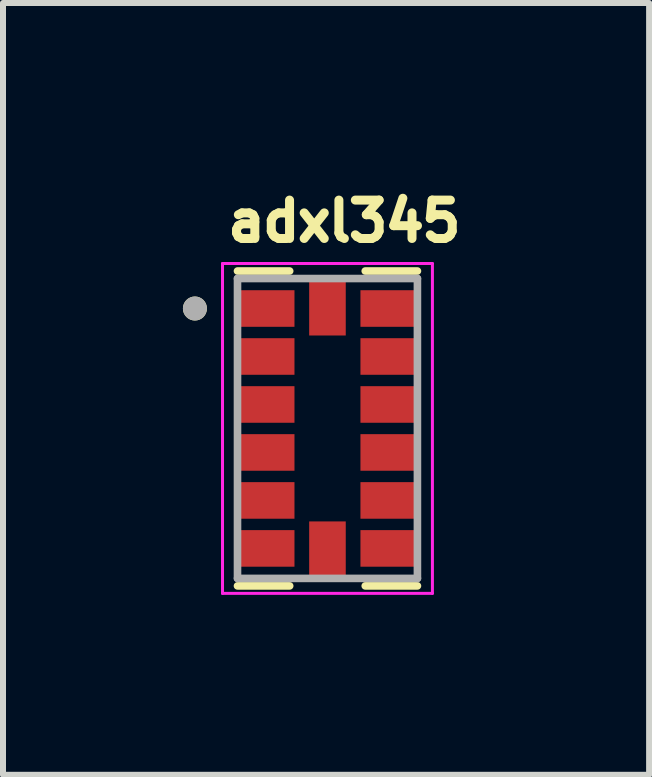
<source format=kicad_pcb>
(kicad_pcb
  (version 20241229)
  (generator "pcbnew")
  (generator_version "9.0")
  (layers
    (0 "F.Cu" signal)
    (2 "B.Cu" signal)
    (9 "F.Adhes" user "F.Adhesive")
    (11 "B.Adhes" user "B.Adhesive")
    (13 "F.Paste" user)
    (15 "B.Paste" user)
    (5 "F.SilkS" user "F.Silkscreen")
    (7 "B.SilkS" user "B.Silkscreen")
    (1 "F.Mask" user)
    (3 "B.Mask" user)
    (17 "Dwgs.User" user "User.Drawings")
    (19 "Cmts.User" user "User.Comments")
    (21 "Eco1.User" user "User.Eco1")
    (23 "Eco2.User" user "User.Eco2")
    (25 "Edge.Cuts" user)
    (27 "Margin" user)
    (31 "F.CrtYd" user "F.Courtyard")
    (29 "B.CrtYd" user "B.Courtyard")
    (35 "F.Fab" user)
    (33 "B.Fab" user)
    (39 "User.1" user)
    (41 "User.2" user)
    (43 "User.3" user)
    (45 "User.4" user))
  (footprint "adxl345"
    (layer "F.Cu")
    (at 2.41 4.094)
    (property "Reference" "adxl345" (at 0.282 -3.456 0) (layer "F.SilkS") (effects (font (size 0.64 0.64) (thickness 0.15))))
    (attr smd)
    (fp_poly (pts (xy -1.52 -2.355) (xy -0.5 -2.355) (xy -0.5 -1.645) (xy -1.52 -1.645)) (stroke (width 0.01) (type solid)) (fill yes) (layer "F.Mask"))
    (fp_poly (pts (xy -1.52 -1.555) (xy -0.5 -1.555) (xy -0.5 -0.845) (xy -1.52 -0.845)) (stroke (width 0.01) (type solid)) (fill yes) (layer "F.Mask"))
    (fp_poly (pts (xy -1.52 -0.755) (xy -0.5 -0.755) (xy -0.5 -0.045) (xy -1.52 -0.045)) (stroke (width 0.01) (type solid)) (fill yes) (layer "F.Mask"))
    (fp_poly (pts (xy -1.52 0.045) (xy -0.5 0.045) (xy -0.5 0.755) (xy -1.52 0.755)) (stroke (width 0.01) (type solid)) (fill yes) (layer "F.Mask"))
    (fp_poly (pts (xy -1.52 0.845) (xy -0.5 0.845) (xy -0.5 1.555) (xy -1.52 1.555)) (stroke (width 0.01) (type solid)) (fill yes) (layer "F.Mask"))
    (fp_poly (pts (xy -1.52 1.645) (xy -0.5 1.645) (xy -0.5 2.355) (xy -1.52 2.355)) (stroke (width 0.01) (type solid)) (fill yes) (layer "F.Mask"))
    (fp_poly (pts (xy -0.355 -2.52) (xy 0.355 -2.52) (xy 0.355 -1.5) (xy -0.355 -1.5)) (stroke (width 0.01) (type solid)) (fill yes) (layer "F.Mask"))
    (fp_poly (pts (xy -0.355 1.5) (xy 0.355 1.5) (xy 0.355 2.52) (xy -0.355 2.52)) (stroke (width 0.01) (type solid)) (fill yes) (layer "F.Mask"))
    (fp_poly (pts (xy 0.5 -2.355) (xy 1.52 -2.355) (xy 1.52 -1.645) (xy 0.5 -1.645)) (stroke (width 0.01) (type solid)) (fill yes) (layer "F.Mask"))
    (fp_poly (pts (xy 0.5 -1.555) (xy 1.52 -1.555) (xy 1.52 -0.845) (xy 0.5 -0.845)) (stroke (width 0.01) (type solid)) (fill yes) (layer "F.Mask"))
    (fp_poly (pts (xy 0.5 -0.755) (xy 1.52 -0.755) (xy 1.52 -0.045) (xy 0.5 -0.045)) (stroke (width 0.01) (type solid)) (fill yes) (layer "F.Mask"))
    (fp_poly (pts (xy 0.5 0.045) (xy 1.52 0.045) (xy 1.52 0.755) (xy 0.5 0.755)) (stroke (width 0.01) (type solid)) (fill yes) (layer "F.Mask"))
    (fp_poly (pts (xy 0.5 0.845) (xy 1.52 0.845) (xy 1.52 1.555) (xy 0.5 1.555)) (stroke (width 0.01) (type solid)) (fill yes) (layer "F.Mask"))
    (fp_poly (pts (xy 0.5 1.645) (xy 1.52 1.645) (xy 1.52 2.355) (xy 0.5 2.355)) (stroke (width 0.01) (type solid)) (fill yes) (layer "F.Mask"))
    (fp_line (start -1.5 -2.625) (end -0.63 -2.625) (stroke (width 0.127) (type solid)) (layer "F.SilkS"))
    (fp_line (start -1.5 2.625) (end -0.63 2.625) (stroke (width 0.127) (type solid)) (layer "F.SilkS"))
    (fp_line (start 1.5 -2.625) (end 0.63 -2.625) (stroke (width 0.127) (type solid)) (layer "F.SilkS"))
    (fp_line (start 1.5 2.625) (end 0.63 2.625) (stroke (width 0.127) (type solid)) (layer "F.SilkS"))
    (fp_circle (center -2.21 -2) (end -2.11 -2) (stroke (width 0.2) (type solid)) (fill no) (layer "F.SilkS"))
    (fp_line (start -1.75 -2.75) (end -1.75 2.75) (stroke (width 0.05) (type solid)) (layer "F.CrtYd"))
    (fp_line (start -1.75 2.75) (end 1.75 2.75) (stroke (width 0.05) (type solid)) (layer "F.CrtYd"))
    (fp_line (start 1.75 -2.75) (end -1.75 -2.75) (stroke (width 0.05) (type solid)) (layer "F.CrtYd"))
    (fp_line (start 1.75 2.75) (end 1.75 -2.75) (stroke (width 0.05) (type solid)) (layer "F.CrtYd"))
    (fp_line (start -1.5 -2.5) (end 1.5 -2.5) (stroke (width 0.127) (type solid)) (layer "F.Fab"))
    (fp_line (start -1.5 2.5) (end -1.5 -2.5) (stroke (width 0.127) (type solid)) (layer "F.Fab"))
    (fp_line (start 1.5 -2.5) (end 1.5 2.5) (stroke (width 0.127) (type solid)) (layer "F.Fab"))
    (fp_line (start 1.5 2.5) (end -1.5 2.5) (stroke (width 0.127) (type solid)) (layer "F.Fab"))
    (fp_circle (center -2.21 -2) (end -2.11 -2) (stroke (width 0.2) (type solid)) (fill no) (layer "F.Fab"))
    (pad "1" smd rect (at -1.01 -2) (size 0.92 0.61) (layers "F.Cu" "F.Paste"))
    (pad "2" smd rect (at -1.01 -1.2) (size 0.92 0.61) (layers "F.Cu" "F.Paste"))
    (pad "3" smd rect (at -1.01 -0.4) (size 0.92 0.61) (layers "F.Cu" "F.Paste"))
    (pad "4" smd rect (at -1.01 0.4) (size 0.92 0.61) (layers "F.Cu" "F.Paste"))
    (pad "5" smd rect (at -1.01 1.2) (size 0.92 0.61) (layers "F.Cu" "F.Paste"))
    (pad "6" smd rect (at -1.01 2) (size 0.92 0.61) (layers "F.Cu" "F.Paste"))
    (pad "7" smd rect (at 0 2.01) (size 0.61 0.92) (layers "F.Cu" "F.Paste"))
    (pad "8" smd rect (at 1.01 2) (size 0.92 0.61) (layers "F.Cu" "F.Paste"))
    (pad "9" smd rect (at 1.01 1.2) (size 0.92 0.61) (layers "F.Cu" "F.Paste"))
    (pad "10" smd rect (at 1.01 0.4) (size 0.92 0.61) (layers "F.Cu" "F.Paste"))
    (pad "11" smd rect (at 1.01 -0.4) (size 0.92 0.61) (layers "F.Cu" "F.Paste"))
    (pad "12" smd rect (at 1.01 -1.2) (size 0.92 0.61) (layers "F.Cu" "F.Paste"))
    (pad "13" smd rect (at 1.01 -2) (size 0.92 0.61) (layers "F.Cu" "F.Paste"))
    (pad "14" smd rect (at 0 -2.01) (size 0.61 0.92) (layers "F.Cu" "F.Paste")))
  (gr_rect
    (start -3 -3)
    (end 7.773 9.869)
    (stroke (width 0.1) (type default))
    (fill no)
    (layer "Edge.Cuts")))
</source>
